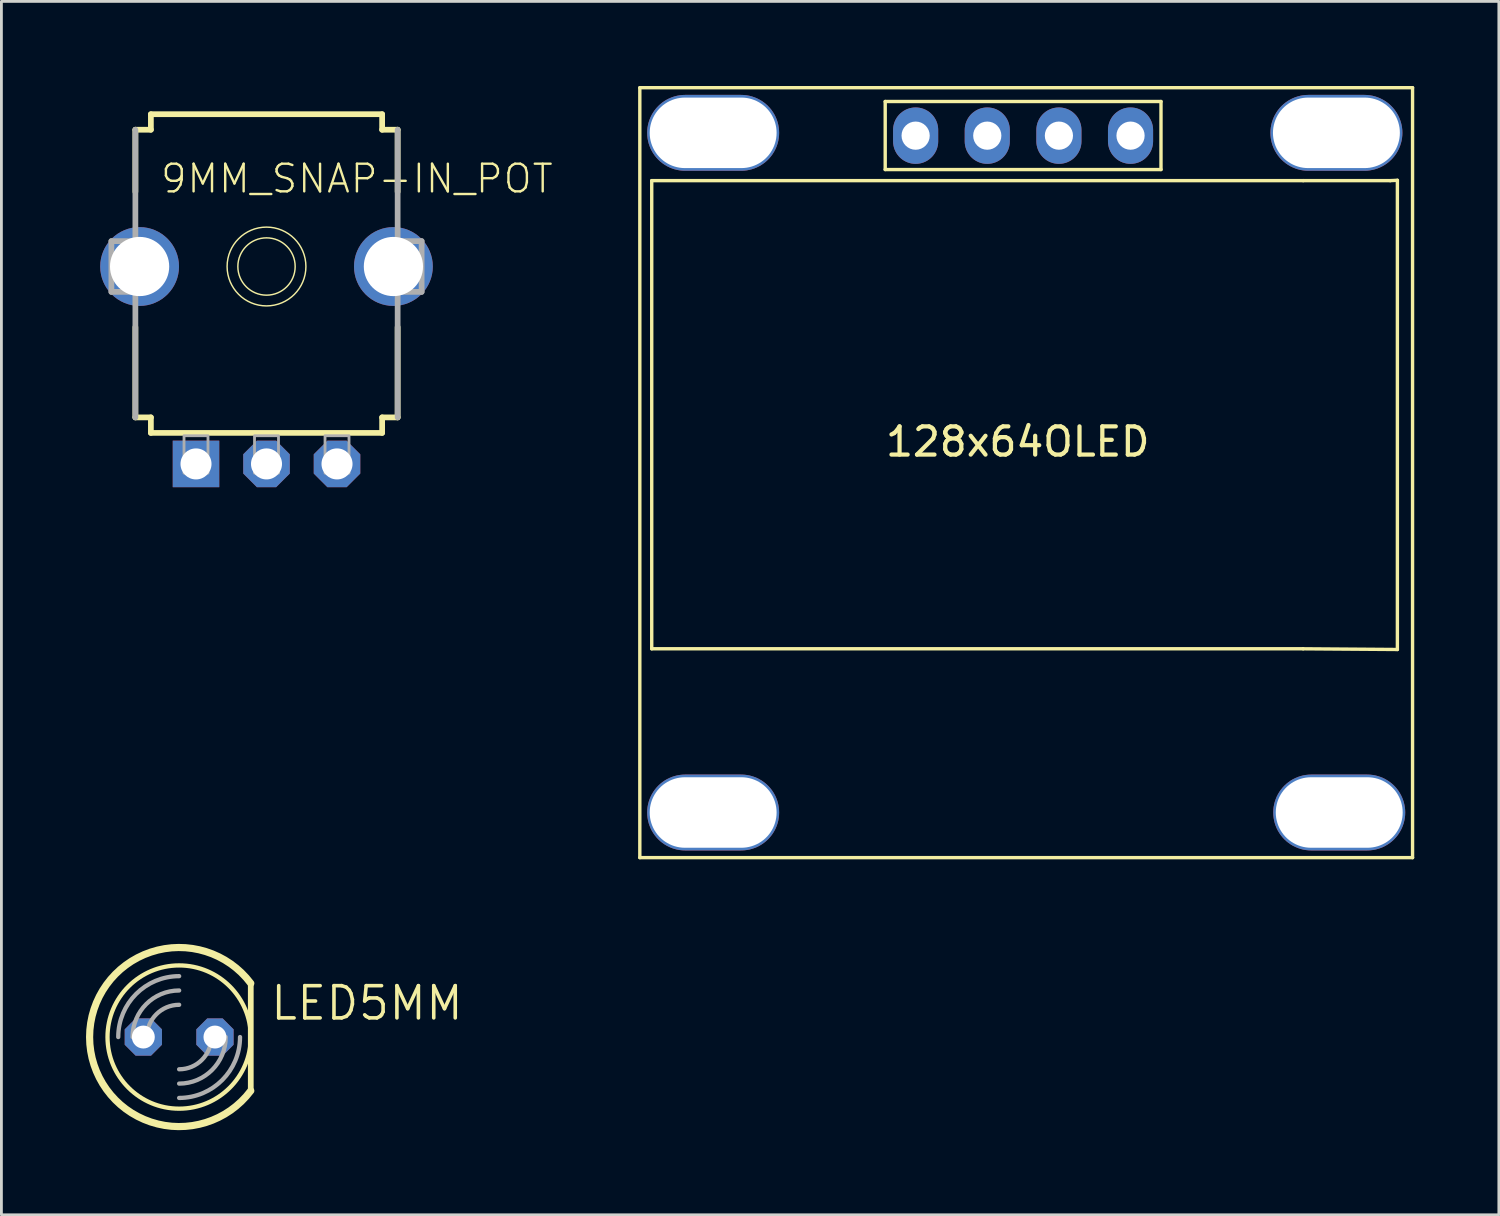
<source format=kicad_pcb>
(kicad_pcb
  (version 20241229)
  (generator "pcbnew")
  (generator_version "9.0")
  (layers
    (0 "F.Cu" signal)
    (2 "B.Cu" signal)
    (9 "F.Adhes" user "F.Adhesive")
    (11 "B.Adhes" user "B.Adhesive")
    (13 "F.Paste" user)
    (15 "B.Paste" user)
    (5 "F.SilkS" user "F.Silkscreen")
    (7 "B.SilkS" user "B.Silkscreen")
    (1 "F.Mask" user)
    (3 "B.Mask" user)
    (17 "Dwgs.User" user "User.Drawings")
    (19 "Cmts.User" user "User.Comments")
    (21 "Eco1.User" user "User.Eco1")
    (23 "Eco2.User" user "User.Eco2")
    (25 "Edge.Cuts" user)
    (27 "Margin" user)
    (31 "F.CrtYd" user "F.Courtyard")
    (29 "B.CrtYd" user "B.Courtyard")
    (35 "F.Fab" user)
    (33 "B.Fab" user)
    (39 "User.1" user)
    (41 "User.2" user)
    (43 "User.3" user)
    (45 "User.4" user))
  (footprint "LED5MM"
    (layer "F.Cu")
    (at 3.302 33.722)
    (property "Reference" "LED5MM" (at 3.175 -0.533 0) (layer "F.SilkS") (effects (font (size 1.143 1.143) (thickness 0.127)) (justify left bottom)))
    (fp_line (start 2.54 1.905) (end 2.54 -1.905) (stroke (width 0.203) (type solid)) (layer "F.SilkS"))
    (fp_arc (start 2.54 1.905) (mid -3.175 0) (end 2.54 -1.905) (stroke (width 0.254) (type solid)) (layer "F.SilkS"))
    (fp_circle (center 0 0) (end 2.54 0) (stroke (width 0.152) (type solid)) (fill no) (layer "F.SilkS"))
    (fp_arc (start -2.159 0) (mid -1.526644 -1.526644) (end 0 -2.159) (stroke (width 0.1524) (type solid)) (layer "F.Fab"))
    (fp_arc (start -1.651 0) (mid -1.167433 -1.167433) (end 0 -1.651) (stroke (width 0.1524) (type solid)) (layer "F.Fab"))
    (fp_arc (start -1.143 0) (mid -0.808223 -0.808223) (end 0 -1.143) (stroke (width 0.1524) (type solid)) (layer "F.Fab"))
    (fp_arc (start 1.143 0) (mid 0.808223 0.808223) (end 0 1.143) (stroke (width 0.1524) (type solid)) (layer "F.Fab"))
    (fp_arc (start 1.651 0) (mid 1.167433 1.167433) (end 0 1.651) (stroke (width 0.1524) (type solid)) (layer "F.Fab"))
    (fp_arc (start 2.159 0) (mid 1.526644 1.526644) (end 0 2.159) (stroke (width 0.1524) (type solid)) (layer "F.Fab"))
    (pad "1" thru_hole roundrect (at -1.27 0) (size 1.321 1.321) (drill 0.813) (layers "*.Cu" "*.Mask") (roundrect_rratio 0.25) (chamfer_ratio 0.293) (chamfer top_left top_right bottom_left bottom_right))
    (pad "2" thru_hole roundrect (at 1.27 0) (size 1.321 1.321) (drill 0.813) (layers "*.Cu" "*.Mask") (roundrect_rratio 0.25) (chamfer_ratio 0.293) (chamfer top_left top_right bottom_left bottom_right)))
  (footprint "9MM_SNAP-IN_POT"
    (layer "F.Cu")
    (at 6.4 6.4)
    (property "Reference" "9MM_SNAP-IN_POT" (at -3.81 -2.54 0) (layer "F.SilkS") (effects (font (size 0.981 0.981) (thickness 0.085)) (justify left bottom)))
    (fp_line (start -4.65 -2.65) (end -4.65 -4.85) (stroke (width 0.203) (type solid)) (layer "F.SilkS"))
    (fp_line (start -4.65 5.35) (end -4.65 2.15) (stroke (width 0.203) (type solid)) (layer "F.SilkS"))
    (fp_line (start -4.65 5.35) (end -4.1 5.35) (stroke (width 0.203) (type solid)) (layer "F.SilkS"))
    (fp_line (start -4.1 -5.4) (end -4.1 -4.85) (stroke (width 0.203) (type solid)) (layer "F.SilkS"))
    (fp_line (start -4.1 -5.4) (end 4.1 -5.4) (stroke (width 0.203) (type solid)) (layer "F.SilkS"))
    (fp_line (start -4.1 -4.85) (end -4.65 -4.85) (stroke (width 0.203) (type solid)) (layer "F.SilkS"))
    (fp_line (start -4.1 5.35) (end -4.1 5.9) (stroke (width 0.203) (type solid)) (layer "F.SilkS"))
    (fp_line (start 4.1 -4.85) (end 4.1 -5.4) (stroke (width 0.203) (type solid)) (layer "F.SilkS"))
    (fp_line (start 4.1 5.35) (end 4.65 5.35) (stroke (width 0.203) (type solid)) (layer "F.SilkS"))
    (fp_line (start 4.1 5.9) (end -4.1 5.9) (stroke (width 0.203) (type solid)) (layer "F.SilkS"))
    (fp_line (start 4.1 5.9) (end 4.1 5.35) (stroke (width 0.203) (type solid)) (layer "F.SilkS"))
    (fp_line (start 4.65 -4.85) (end 4.1 -4.85) (stroke (width 0.203) (type solid)) (layer "F.SilkS"))
    (fp_line (start 4.65 -4.85) (end 4.65 -2.65) (stroke (width 0.203) (type solid)) (layer "F.SilkS"))
    (fp_line (start 4.65 2.15) (end 4.65 5.35) (stroke (width 0.203) (type solid)) (layer "F.SilkS"))
    (fp_circle (center 0 0) (end 1.016 0) (stroke (width 0.051) (type solid)) (fill no) (layer "F.SilkS"))
    (fp_circle (center 0 0) (end 1.397 0) (stroke (width 0.051) (type solid)) (fill no) (layer "F.SilkS"))
    (fp_line (start -6.35 -6.35) (end -6.35 8.89) (stroke (width 0.1) (type default)) (layer "Margin"))
    (fp_line (start -6.35 8.89) (end 6.35 8.89) (stroke (width 0.1) (type default)) (layer "Margin"))
    (fp_line (start 6.35 -6.35) (end -6.35 -6.35) (stroke (width 0.1) (type default)) (layer "Margin"))
    (fp_line (start 6.35 8.89) (end 6.35 -6.35) (stroke (width 0.1) (type default)) (layer "Margin"))
    (fp_line (start -5.5 -0.9) (end -5.5 0.9) (stroke (width 0.203) (type solid)) (layer "F.Fab"))
    (fp_line (start -5.5 0.9) (end -4.75 0.9) (stroke (width 0.203) (type solid)) (layer "F.Fab"))
    (fp_line (start -4.75 -0.9) (end -5.5 -0.9) (stroke (width 0.203) (type solid)) (layer "F.Fab"))
    (fp_line (start -4.65 5.35) (end -4.65 -4.85) (stroke (width 0.203) (type solid)) (layer "F.Fab"))
    (fp_line (start 4.65 -4.85) (end 4.65 5.35) (stroke (width 0.203) (type solid)) (layer "F.Fab"))
    (fp_line (start 4.75 0.9) (end 5.5 0.9) (stroke (width 0.203) (type solid)) (layer "F.Fab"))
    (fp_line (start 5.5 -0.9) (end 4.75 -0.9) (stroke (width 0.203) (type solid)) (layer "F.Fab"))
    (fp_line (start 5.5 0.9) (end 5.5 -0.9) (stroke (width 0.203) (type solid)) (layer "F.Fab"))
    (fp_poly (pts (xy -2.925 7.325) (xy -2.075 7.325) (xy -2.075 6) (xy -2.925 6)) (stroke (width 0.1) (type default)) (fill no) (layer "F.Fab"))
    (fp_poly (pts (xy -0.425 7.325) (xy 0.425 7.325) (xy 0.425 6) (xy -0.425 6)) (stroke (width 0.1) (type default)) (fill no) (layer "F.Fab"))
    (fp_poly (pts (xy 2.075 7.325) (xy 2.925 7.325) (xy 2.925 6) (xy 2.075 6)) (stroke (width 0.1) (type default)) (fill no) (layer "F.Fab"))
    (pad "1" thru_hole rect (at -2.5 7 270) (size 1.65 1.65) (drill 1.1) (layers "*.Cu" "*.Mask"))
    (pad "2" thru_hole roundrect (at 0 7 270) (size 1.65 1.65) (drill 1.1) (layers "*.Cu" "*.Mask") (roundrect_rratio 0.25) (chamfer_ratio 0.293) (chamfer top_left top_right bottom_left bottom_right))
    (pad "3" thru_hole roundrect (at 2.5 7 270) (size 1.65 1.65) (drill 1.1) (layers "*.Cu" "*.Mask") (roundrect_rratio 0.25) (chamfer_ratio 0.293) (chamfer top_left top_right bottom_left bottom_right))
    (pad "CHASSIS1" thru_hole circle (at -4.5 0 270) (size 2.794 2.794) (drill 2.1) (layers "*.Cu" "*.Mask"))
    (pad "CHASSIS2" thru_hole circle (at 4.5 0 270) (size 2.794 2.794) (drill 2.1) (layers "*.Cu" "*.Mask")))
  (footprint "128x64OLED"
    (layer "F.Cu")
    (at 33.037 12.36)
    (property "Reference" "128x64OLED" (at 0 0.254 0) (layer "F.SilkS") (effects (font (size 1 1) (thickness 0.15))))
    (attr through_hole)
    (fp_line (start -13.4 -12.3) (end 14 -12.3) (stroke (width 0.12) (type solid)) (layer "F.SilkS"))
    (fp_line (start -13.4 15) (end -13.4 -12.3) (stroke (width 0.12) (type solid)) (layer "F.SilkS"))
    (fp_line (start -12.978 -9.005) (end 10.122 -9.005) (stroke (width 0.12) (type solid)) (layer "F.SilkS"))
    (fp_line (start -12.978 7.595) (end -12.978 -9.005) (stroke (width 0.12) (type solid)) (layer "F.SilkS"))
    (fp_line (start -4.699 -11.811) (end -4.699 -9.398) (stroke (width 0.12) (type solid)) (layer "F.SilkS"))
    (fp_line (start -4.699 -11.811) (end 5.08 -11.811) (stroke (width 0.12) (type solid)) (layer "F.SilkS"))
    (fp_line (start 5.08 -11.811) (end 5.08 -9.398) (stroke (width 0.12) (type solid)) (layer "F.SilkS"))
    (fp_line (start 5.08 -9.398) (end -4.699 -9.398) (stroke (width 0.12) (type solid)) (layer "F.SilkS"))
    (fp_line (start 10.122 -9.005) (end 13.208 -9.005) (stroke (width 0.12) (type solid)) (layer "F.SilkS"))
    (fp_line (start 10.122 7.595) (end -12.978 7.595) (stroke (width 0.12) (type solid)) (layer "F.SilkS"))
    (fp_line (start 10.122 7.595) (end 13.462 7.62) (stroke (width 0.12) (type solid)) (layer "F.SilkS"))
    (fp_line (start 13.462 -9.017) (end 13.208 -9.005) (stroke (width 0.12) (type solid)) (layer "F.SilkS"))
    (fp_line (start 13.462 7.62) (end 13.462 -9.017) (stroke (width 0.12) (type solid)) (layer "F.SilkS"))
    (fp_line (start 14 -12.3) (end 14 15) (stroke (width 0.12) (type solid)) (layer "F.SilkS"))
    (fp_line (start 14 15) (end -13.4 15) (stroke (width 0.12) (type solid)) (layer "F.SilkS"))
    (pad "" thru_hole oval (at -10.8 -10.7 180) (size 4.68 2.69) (drill oval 4.5 2.5) (layers "*.Cu" "*.Mask"))
    (pad "" thru_hole oval (at -10.8 13.4 180) (size 4.68 2.69) (drill oval 4.5 2.5) (layers "*.Cu" "*.Mask"))
    (pad "" thru_hole oval (at 11.3 -10.7 180) (size 4.68 2.69) (drill oval 4.5 2.5) (layers "*.Cu" "*.Mask"))
    (pad "" thru_hole oval (at 11.4 13.4 180) (size 4.68 2.69) (drill oval 4.5 2.5) (layers "*.Cu" "*.Mask"))
    (pad "1" thru_hole oval (at -3.62 -10.6 90) (size 2 1.6) (drill 1) (layers "*.Cu" "*.Mask"))
    (pad "2" thru_hole oval (at -1.08 -10.6 90) (size 2 1.6) (drill 1) (layers "*.Cu" "*.Mask"))
    (pad "3" thru_hole oval (at 1.46 -10.6 90) (size 2 1.6) (drill 1) (layers "*.Cu" "*.Mask"))
    (pad "4" thru_hole oval (at 4 -10.6 90) (size 2 1.6) (drill 1) (layers "*.Cu" "*.Mask")))
  (gr_rect
    (start -3 -3)
    (end 50.097 40.024)
    (stroke (width 0.1) (type default))
    (fill no)
    (layer "Edge.Cuts")))
</source>
